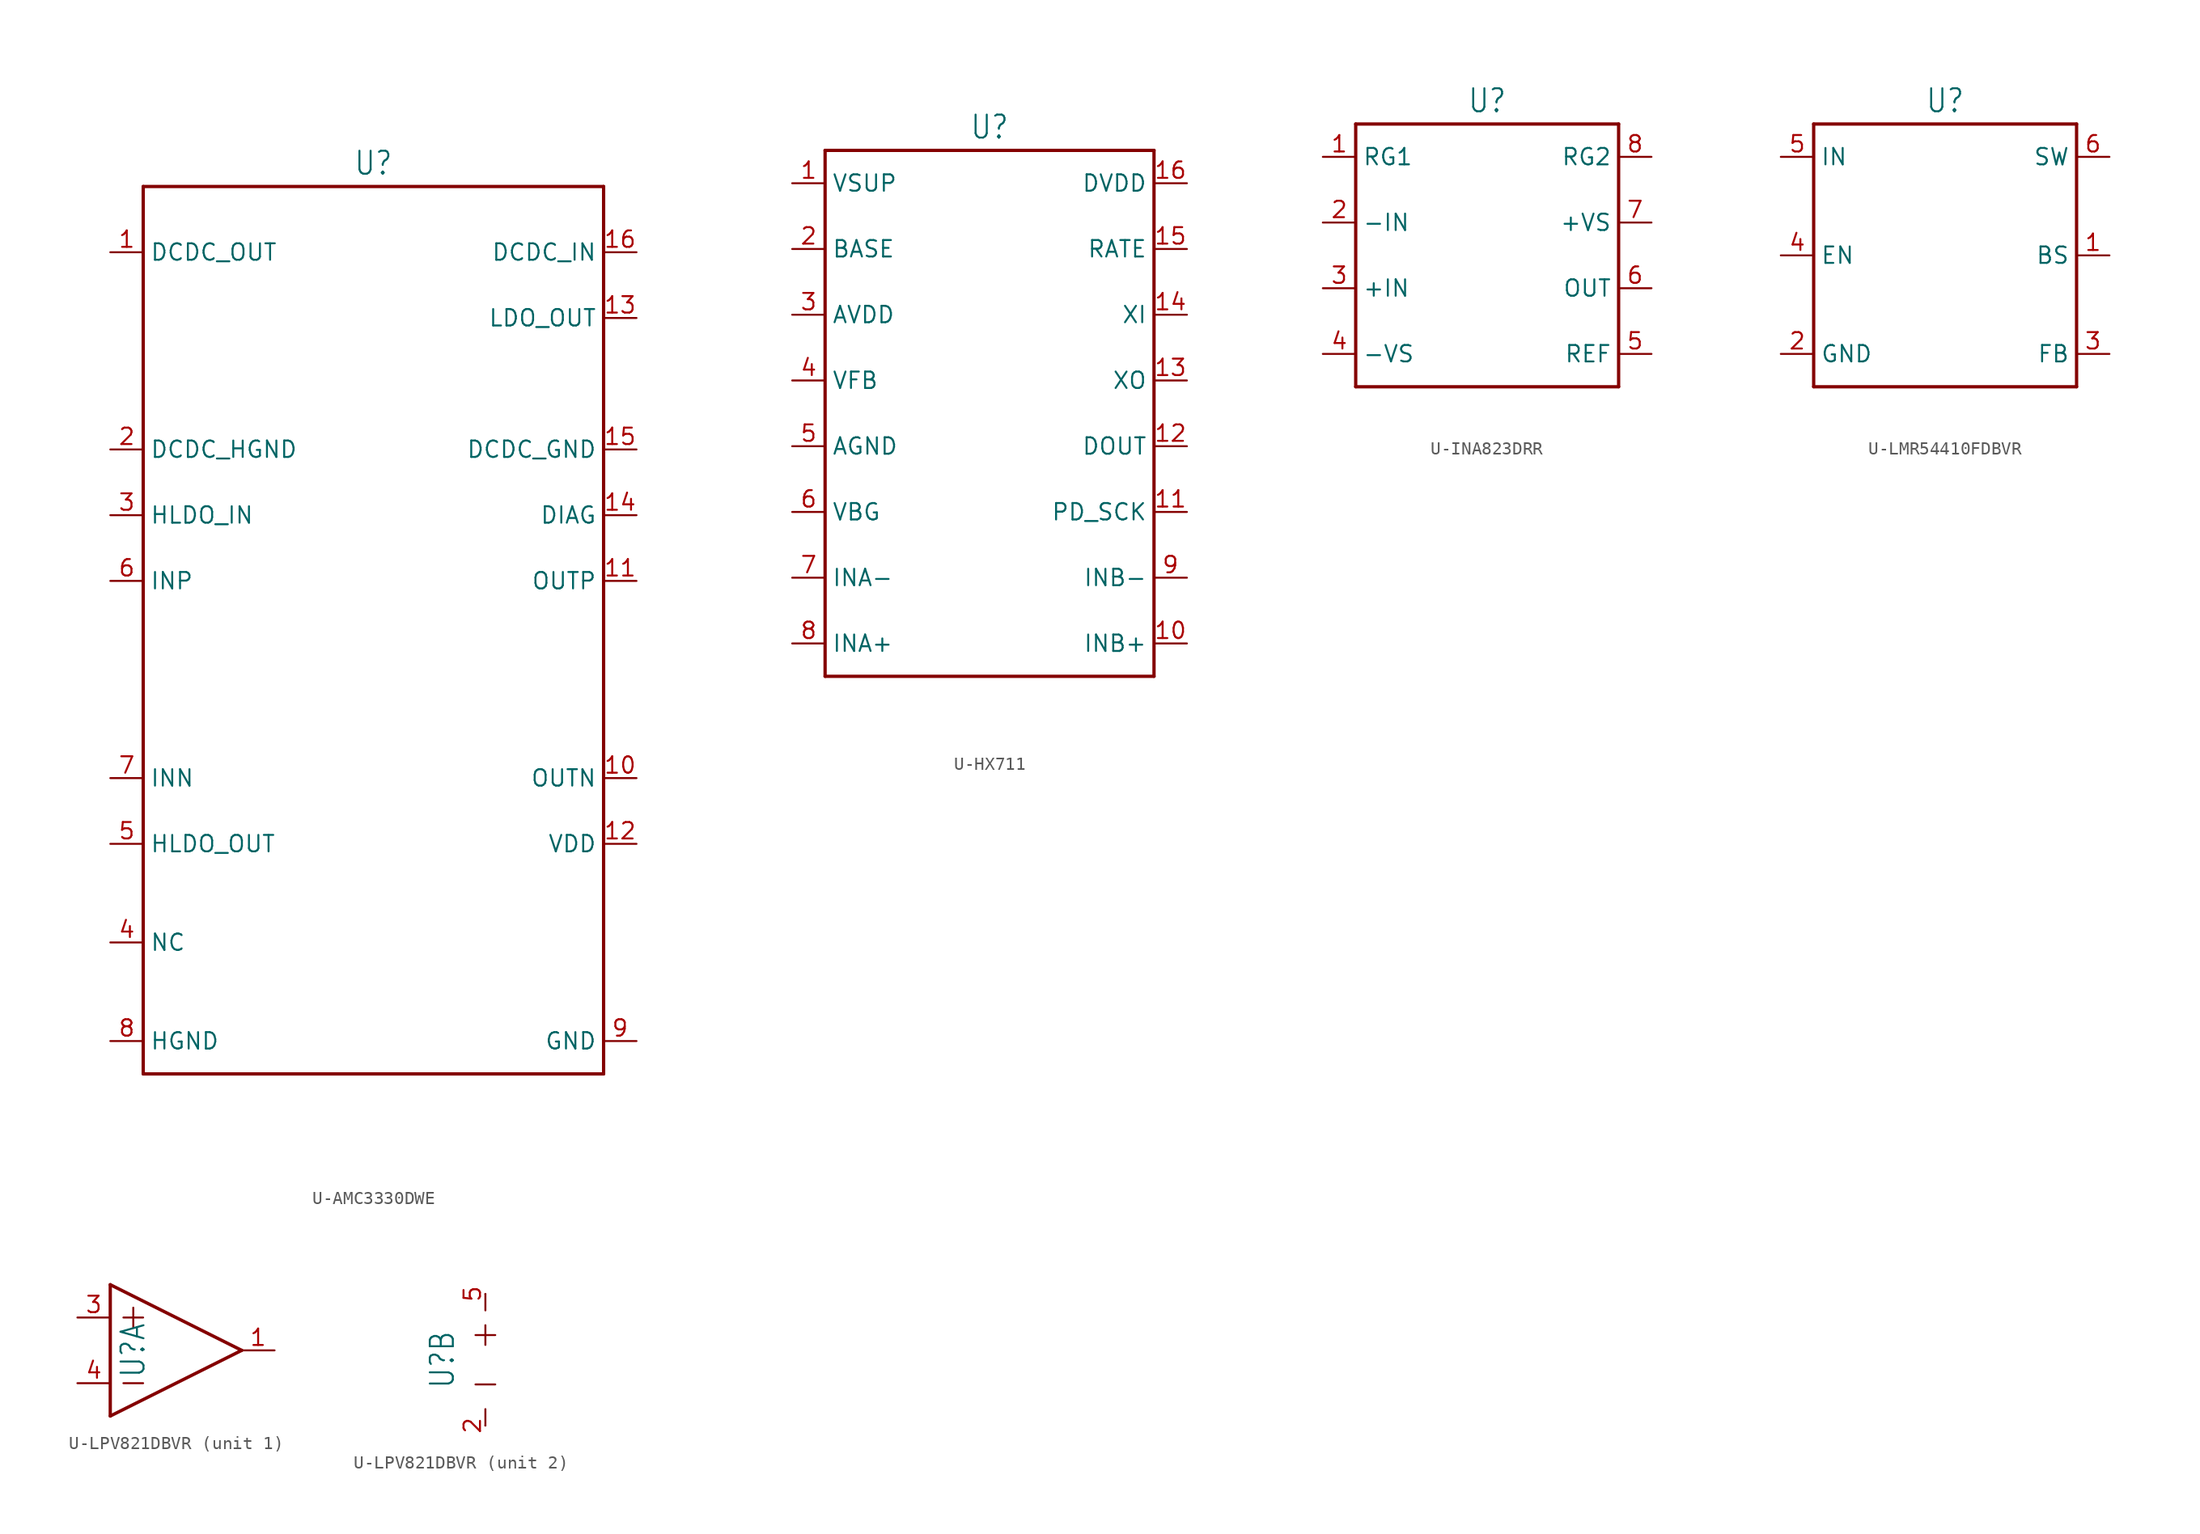
<source format=kicad_sym>
(kicad_symbol_lib
  (version 20231120)
  (generator "kicad_symbol_editor")
  (generator_version "8.0")
  (symbol "U-AMC3330DWE"
    (property "Reference" "U"
      (at 0 36.322 0)
      (effects (font (size 1.778 1.511)) (justify bottom)))
    (property "Value" ""
      (at 0 -33.782 0)
      (effects (font (size 1.778 1.511)) (justify top)))
    (property "ki_locked" ""
      (at 0 0 0)
      (effects (font (size 1.27 1.27))))
    (symbol "U-AMC3330DWE_1_0"
      (polyline (pts (xy -17.78 -33.02) (xy 17.78 -33.02)) (stroke (width 0.254) (type solid)) (fill (type none)))
      (polyline (pts (xy -17.78 35.56) (xy -17.78 -33.02)) (stroke (width 0.254) (type solid)) (fill (type none)))
      (polyline (pts (xy 17.78 -33.02) (xy 17.78 35.56)) (stroke (width 0.254) (type solid)) (fill (type none)))
      (polyline (pts (xy 17.78 35.56) (xy -17.78 35.56)) (stroke (width 0.254) (type solid)) (fill (type none)))
      (pin passive line (at -20.32 30.48 0) (length 2.54) (name "DCDC_OUT" (effects (font (size 1.27 1.27)))) (number "1" (effects (font (size 1.27 1.27)))))
      (pin passive line (at 20.32 -10.16 180) (length 2.54) (name "OUTN" (effects (font (size 1.27 1.27)))) (number "10" (effects (font (size 1.27 1.27)))))
      (pin passive line (at 20.32 5.08 180) (length 2.54) (name "OUTP" (effects (font (size 1.27 1.27)))) (number "11" (effects (font (size 1.27 1.27)))))
      (pin passive line (at 20.32 -15.24 180) (length 2.54) (name "VDD" (effects (font (size 1.27 1.27)))) (number "12" (effects (font (size 1.27 1.27)))))
      (pin passive line (at 20.32 25.4 180) (length 2.54) (name "LDO_OUT" (effects (font (size 1.27 1.27)))) (number "13" (effects (font (size 1.27 1.27)))))
      (pin passive line (at 20.32 10.16 180) (length 2.54) (name "DIAG" (effects (font (size 1.27 1.27)))) (number "14" (effects (font (size 1.27 1.27)))))
      (pin passive line (at 20.32 15.24 180) (length 2.54) (name "DCDC_GND" (effects (font (size 1.27 1.27)))) (number "15" (effects (font (size 1.27 1.27)))))
      (pin passive line (at 20.32 30.48 180) (length 2.54) (name "DCDC_IN" (effects (font (size 1.27 1.27)))) (number "16" (effects (font (size 1.27 1.27)))))
      (pin passive line (at -20.32 15.24 0) (length 2.54) (name "DCDC_HGND" (effects (font (size 1.27 1.27)))) (number "2" (effects (font (size 1.27 1.27)))))
      (pin passive line (at -20.32 10.16 0) (length 2.54) (name "HLDO_IN" (effects (font (size 1.27 1.27)))) (number "3" (effects (font (size 1.27 1.27)))))
      (pin passive line (at -20.32 -22.86 0) (length 2.54) (name "NC" (effects (font (size 1.27 1.27)))) (number "4" (effects (font (size 1.27 1.27)))))
      (pin passive line (at -20.32 -15.24 0) (length 2.54) (name "HLDO_OUT" (effects (font (size 1.27 1.27)))) (number "5" (effects (font (size 1.27 1.27)))))
      (pin passive line (at -20.32 5.08 0) (length 2.54) (name "INP" (effects (font (size 1.27 1.27)))) (number "6" (effects (font (size 1.27 1.27)))))
      (pin passive line (at -20.32 -10.16 0) (length 2.54) (name "INN" (effects (font (size 1.27 1.27)))) (number "7" (effects (font (size 1.27 1.27)))))
      (pin passive line (at -20.32 -30.48 0) (length 2.54) (name "HGND" (effects (font (size 1.27 1.27)))) (number "8" (effects (font (size 1.27 1.27)))))
      (pin passive line (at 20.32 -30.48 180) (length 2.54) (name "GND" (effects (font (size 1.27 1.27)))) (number "9" (effects (font (size 1.27 1.27)))))))
  (symbol "U-HX711"
    (property "Reference" "U"
      (at 0 21.082 0)
      (effects (font (size 1.778 1.511)) (justify bottom)))
    (property "Value" ""
      (at 0 -21.082 0)
      (effects (font (size 1.778 1.511)) (justify top)))
    (property "ki_locked" ""
      (at 0 0 0)
      (effects (font (size 1.27 1.27))))
    (symbol "U-HX711_1_0"
      (polyline (pts (xy -12.7 -20.32) (xy -12.7 20.32)) (stroke (width 0.254) (type solid)) (fill (type none)))
      (polyline (pts (xy -12.7 20.32) (xy 12.7 20.32)) (stroke (width 0.254) (type solid)) (fill (type none)))
      (polyline (pts (xy 12.7 -20.32) (xy -12.7 -20.32)) (stroke (width 0.254) (type solid)) (fill (type none)))
      (polyline (pts (xy 12.7 20.32) (xy 12.7 -20.32)) (stroke (width 0.254) (type solid)) (fill (type none)))
      (pin passive line (at -15.24 17.78 0) (length 2.54) (name "VSUP" (effects (font (size 1.27 1.27)))) (number "1" (effects (font (size 1.27 1.27)))))
      (pin passive line (at 15.24 -17.78 180) (length 2.54) (name "INB+" (effects (font (size 1.27 1.27)))) (number "10" (effects (font (size 1.27 1.27)))))
      (pin passive line (at 15.24 -7.62 180) (length 2.54) (name "PD_SCK" (effects (font (size 1.27 1.27)))) (number "11" (effects (font (size 1.27 1.27)))))
      (pin passive line (at 15.24 -2.54 180) (length 2.54) (name "DOUT" (effects (font (size 1.27 1.27)))) (number "12" (effects (font (size 1.27 1.27)))))
      (pin passive line (at 15.24 2.54 180) (length 2.54) (name "XO" (effects (font (size 1.27 1.27)))) (number "13" (effects (font (size 1.27 1.27)))))
      (pin passive line (at 15.24 7.62 180) (length 2.54) (name "XI" (effects (font (size 1.27 1.27)))) (number "14" (effects (font (size 1.27 1.27)))))
      (pin passive line (at 15.24 12.7 180) (length 2.54) (name "RATE" (effects (font (size 1.27 1.27)))) (number "15" (effects (font (size 1.27 1.27)))))
      (pin passive line (at 15.24 17.78 180) (length 2.54) (name "DVDD" (effects (font (size 1.27 1.27)))) (number "16" (effects (font (size 1.27 1.27)))))
      (pin passive line (at -15.24 12.7 0) (length 2.54) (name "BASE" (effects (font (size 1.27 1.27)))) (number "2" (effects (font (size 1.27 1.27)))))
      (pin passive line (at -15.24 7.62 0) (length 2.54) (name "AVDD" (effects (font (size 1.27 1.27)))) (number "3" (effects (font (size 1.27 1.27)))))
      (pin passive line (at -15.24 2.54 0) (length 2.54) (name "VFB" (effects (font (size 1.27 1.27)))) (number "4" (effects (font (size 1.27 1.27)))))
      (pin passive line (at -15.24 -2.54 0) (length 2.54) (name "AGND" (effects (font (size 1.27 1.27)))) (number "5" (effects (font (size 1.27 1.27)))))
      (pin passive line (at -15.24 -7.62 0) (length 2.54) (name "VBG" (effects (font (size 1.27 1.27)))) (number "6" (effects (font (size 1.27 1.27)))))
      (pin passive line (at -15.24 -12.7 0) (length 2.54) (name "INA-" (effects (font (size 1.27 1.27)))) (number "7" (effects (font (size 1.27 1.27)))))
      (pin passive line (at -15.24 -17.78 0) (length 2.54) (name "INA+" (effects (font (size 1.27 1.27)))) (number "8" (effects (font (size 1.27 1.27)))))
      (pin passive line (at 15.24 -12.7 180) (length 2.54) (name "INB-" (effects (font (size 1.27 1.27)))) (number "9" (effects (font (size 1.27 1.27)))))))
  (symbol "U-INA823DRR"
    (property "Reference" "U"
      (at 0 10.922 0)
      (effects (font (size 1.778 1.511)) (justify bottom)))
    (property "Value" ""
      (at 0 -10.922 0)
      (effects (font (size 1.778 1.511)) (justify top)))
    (property "ki_locked" ""
      (at 0 0 0)
      (effects (font (size 1.27 1.27))))
    (symbol "U-INA823DRR_1_0"
      (polyline (pts (xy -10.16 -10.16) (xy 10.16 -10.16)) (stroke (width 0.254) (type solid)) (fill (type none)))
      (polyline (pts (xy -10.16 10.16) (xy -10.16 -10.16)) (stroke (width 0.254) (type solid)) (fill (type none)))
      (polyline (pts (xy 10.16 -10.16) (xy 10.16 10.16)) (stroke (width 0.254) (type solid)) (fill (type none)))
      (polyline (pts (xy 10.16 10.16) (xy -10.16 10.16)) (stroke (width 0.254) (type solid)) (fill (type none)))
      (pin passive line (at -12.7 7.62 0) (length 2.54) (name "RG1" (effects (font (size 1.27 1.27)))) (number "1" (effects (font (size 1.27 1.27)))))
      (pin passive line (at -12.7 2.54 0) (length 2.54) (name "-IN" (effects (font (size 1.27 1.27)))) (number "2" (effects (font (size 1.27 1.27)))))
      (pin passive line (at -12.7 -2.54 0) (length 2.54) (name "+IN" (effects (font (size 1.27 1.27)))) (number "3" (effects (font (size 1.27 1.27)))))
      (pin passive line (at -12.7 -7.62 0) (length 2.54) (name "-VS" (effects (font (size 1.27 1.27)))) (number "4" (effects (font (size 1.27 1.27)))))
      (pin passive line (at 12.7 -7.62 180) (length 2.54) (name "REF" (effects (font (size 1.27 1.27)))) (number "5" (effects (font (size 1.27 1.27)))))
      (pin passive line (at 12.7 -2.54 180) (length 2.54) (name "OUT" (effects (font (size 1.27 1.27)))) (number "6" (effects (font (size 1.27 1.27)))))
      (pin passive line (at 12.7 2.54 180) (length 2.54) (name "+VS" (effects (font (size 1.27 1.27)))) (number "7" (effects (font (size 1.27 1.27)))))
      (pin passive line (at 12.7 7.62 180) (length 2.54) (name "RG2" (effects (font (size 1.27 1.27)))) (number "8" (effects (font (size 1.27 1.27)))))))
  (symbol "U-LMR54410FDBVR"
    (property "Reference" "U"
      (at 0 10.922 0)
      (effects (font (size 1.778 1.511)) (justify bottom)))
    (property "Value" ""
      (at 0 -10.922 0)
      (effects (font (size 1.778 1.511)) (justify top)))
    (property "ki_locked" ""
      (at 0 0 0)
      (effects (font (size 1.27 1.27))))
    (symbol "U-LMR54410FDBVR_1_0"
      (polyline (pts (xy -10.16 -10.16) (xy 10.16 -10.16)) (stroke (width 0.254) (type solid)) (fill (type none)))
      (polyline (pts (xy -10.16 10.16) (xy -10.16 -10.16)) (stroke (width 0.254) (type solid)) (fill (type none)))
      (polyline (pts (xy 10.16 -10.16) (xy 10.16 10.16)) (stroke (width 0.254) (type solid)) (fill (type none)))
      (polyline (pts (xy 10.16 10.16) (xy -10.16 10.16)) (stroke (width 0.254) (type solid)) (fill (type none)))
      (pin passive line (at 12.7 0 180) (length 2.54) (name "BS" (effects (font (size 1.27 1.27)))) (number "1" (effects (font (size 1.27 1.27)))))
      (pin passive line (at -12.7 -7.62 0) (length 2.54) (name "GND" (effects (font (size 1.27 1.27)))) (number "2" (effects (font (size 1.27 1.27)))))
      (pin passive line (at 12.7 -7.62 180) (length 2.54) (name "FB" (effects (font (size 1.27 1.27)))) (number "3" (effects (font (size 1.27 1.27)))))
      (pin passive line (at -12.7 0 0) (length 2.54) (name "EN" (effects (font (size 1.27 1.27)))) (number "4" (effects (font (size 1.27 1.27)))))
      (pin passive line (at -12.7 7.62 0) (length 2.54) (name "IN" (effects (font (size 1.27 1.27)))) (number "5" (effects (font (size 1.27 1.27)))))
      (pin passive line (at 12.7 7.62 180) (length 2.54) (name "SW" (effects (font (size 1.27 1.27)))) (number "6" (effects (font (size 1.27 1.27)))))))
  (symbol "U-LPV821DBVR"
    (property "Reference" "U"
      (at -2.286 0 90)
      (effects (font (size 1.778 1.511)) (justify bottom)))
    (property "ki_locked" ""
      (at 0 0 0)
      (effects (font (size 1.27 1.27))))
    (symbol "U-LPV821DBVR_1_0"
      (polyline (pts (xy -5.08 -5.08) (xy 5.08 0)) (stroke (width 0.254) (type solid)) (fill (type none)))
      (polyline (pts (xy -5.08 5.08) (xy -5.08 -5.08)) (stroke (width 0.254) (type solid)) (fill (type none)))
      (polyline (pts (xy -4.064 -2.54) (xy -2.54 -2.54)) (stroke (width 0.152) (type solid)) (fill (type none)))
      (polyline (pts (xy -4.064 2.54) (xy -2.54 2.54)) (stroke (width 0.152) (type solid)) (fill (type none)))
      (polyline (pts (xy -3.302 3.302) (xy -3.302 1.778)) (stroke (width 0.152) (type solid)) (fill (type none)))
      (polyline (pts (xy 5.08 0) (xy -5.08 5.08)) (stroke (width 0.254) (type solid)) (fill (type none)))
      (pin passive line (at 7.62 0 180) (length 2.54) (name "OUT" (effects (font (size 0 0)))) (number "1" (effects (font (size 1.27 1.27)))))
      (pin passive line (at -7.62 2.54 0) (length 2.54) (name "IN+" (effects (font (size 0 0)))) (number "3" (effects (font (size 1.27 1.27)))))
      (pin passive line (at -7.62 -2.54 0) (length 2.54) (name "IN-" (effects (font (size 0 0)))) (number "4" (effects (font (size 1.27 1.27))))))
    (symbol "U-LPV821DBVR_2_0"
      (polyline (pts (xy -0.762 -1.905) (xy 0.762 -1.905)) (stroke (width 0.152) (type solid)) (fill (type none)))
      (polyline (pts (xy -0.762 1.905) (xy 0.762 1.905)) (stroke (width 0.152) (type solid)) (fill (type none)))
      (polyline (pts (xy 0 -5.08) (xy 0 -3.81)) (stroke (width 0.152) (type solid)) (fill (type none)))
      (polyline (pts (xy 0 2.667) (xy 0 1.143)) (stroke (width 0.152) (type solid)) (fill (type none)))
      (polyline (pts (xy 0 5.08) (xy 0 3.81)) (stroke (width 0.152) (type solid)) (fill (type none)))
      (pin passive line (at 0 -5.08 90) (length 0) (name "V-" (effects (font (size 0 0)))) (number "2" (effects (font (size 1.27 1.27)))))
      (pin passive line (at 0 5.08 270) (length 0) (name "V+" (effects (font (size 0 0)))) (number "5" (effects (font (size 1.27 1.27))))))))
</source>
